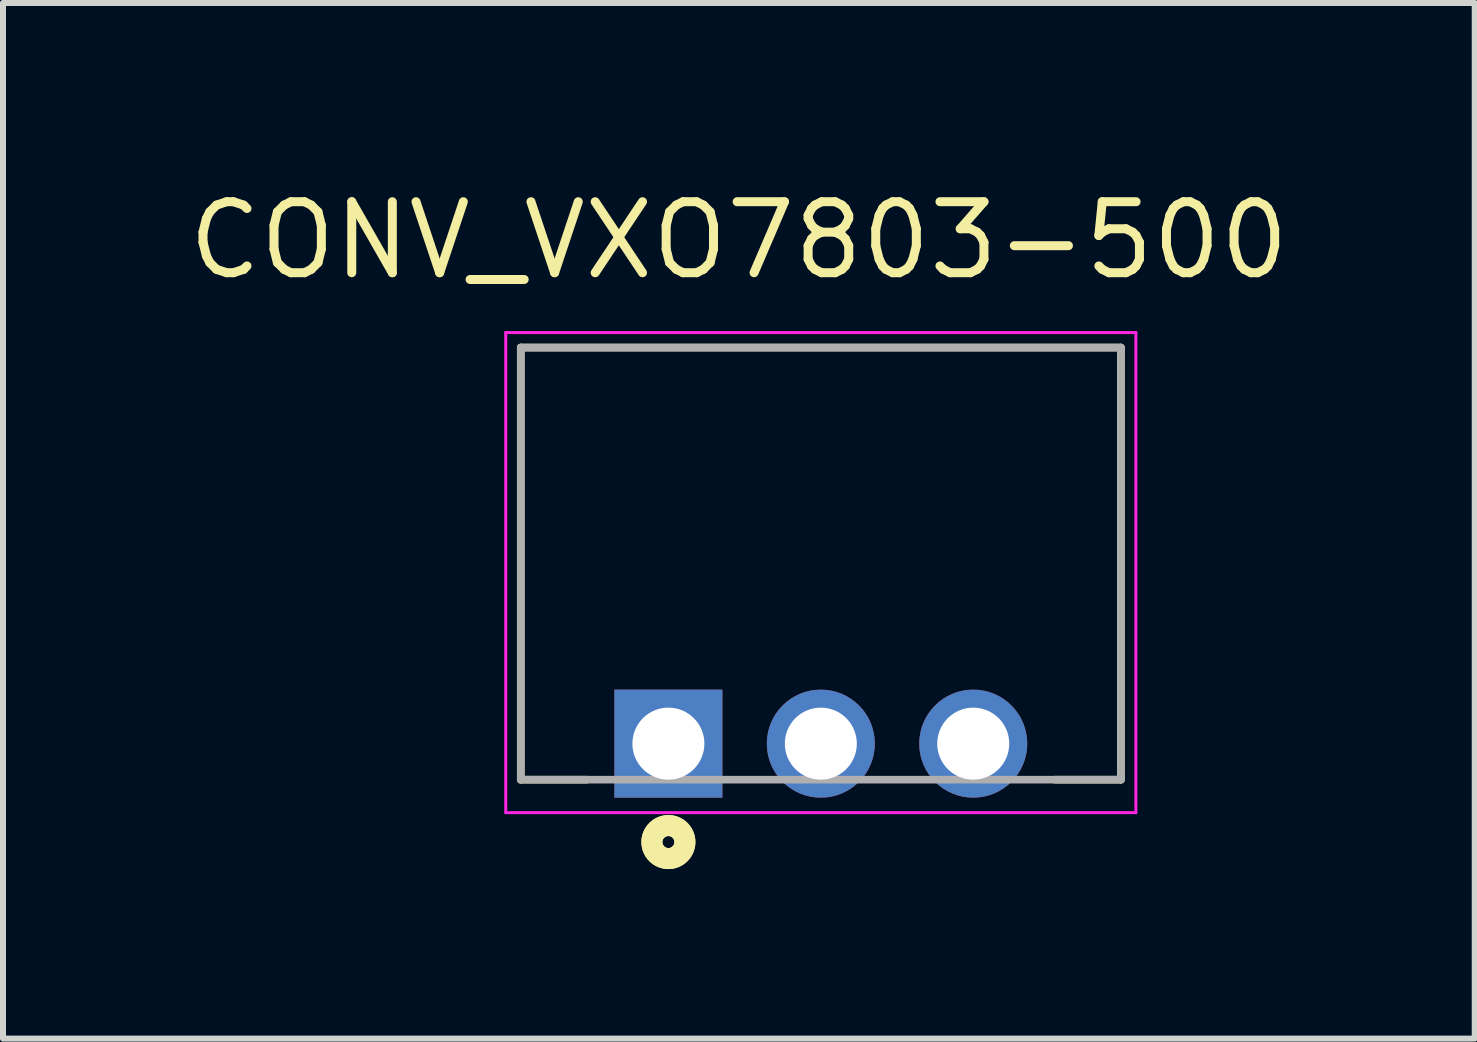
<source format=kicad_pcb>
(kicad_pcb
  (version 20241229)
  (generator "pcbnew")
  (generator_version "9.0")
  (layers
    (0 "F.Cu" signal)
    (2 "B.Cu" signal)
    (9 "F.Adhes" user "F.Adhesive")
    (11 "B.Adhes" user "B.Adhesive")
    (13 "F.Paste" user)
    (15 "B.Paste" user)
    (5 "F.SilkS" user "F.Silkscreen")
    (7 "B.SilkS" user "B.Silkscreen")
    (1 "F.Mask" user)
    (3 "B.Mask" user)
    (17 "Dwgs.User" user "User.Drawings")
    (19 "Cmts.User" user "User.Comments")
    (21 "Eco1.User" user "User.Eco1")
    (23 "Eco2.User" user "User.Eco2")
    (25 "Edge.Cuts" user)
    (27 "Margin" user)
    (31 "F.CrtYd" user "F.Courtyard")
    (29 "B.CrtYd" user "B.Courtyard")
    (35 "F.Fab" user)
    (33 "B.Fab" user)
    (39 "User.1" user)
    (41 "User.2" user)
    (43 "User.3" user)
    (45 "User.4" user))
  (footprint "CONV_VXO7803-500"
    (layer "F.Cu")
    (at 8.088 9.342)
    (property "Reference" "CONV_VXO7803-500" (at 1.174 -8.387 0) (layer "F.SilkS") (effects (font (size 1.183 1.183) (thickness 0.15))))
    (attr through_hole)
    (fp_line (start -2.46 -6.6) (end 7.54 -6.6) (stroke (width 0.127) (type solid)) (layer "F.SilkS"))
    (fp_line (start -2.46 0.6) (end -2.46 -6.6) (stroke (width 0.127) (type solid)) (layer "F.SilkS"))
    (fp_line (start -2.46 0.6) (end -1.36 0.6) (stroke (width 0.127) (type solid)) (layer "F.SilkS"))
    (fp_line (start 7.54 -6.6) (end 7.54 0.6) (stroke (width 0.127) (type solid)) (layer "F.SilkS"))
    (fp_line (start 7.54 0.6) (end 6.44 0.6) (stroke (width 0.127) (type solid)) (layer "F.SilkS"))
    (fp_circle (center 0 1.64) (end 0.1 1.64) (stroke (width 0.35) (type solid)) (fill no) (layer "F.SilkS"))
    (fp_circle (center 0 1.64) (end 0.1 1.64) (stroke (width 0.35) (type solid)) (fill no) (layer "F.SilkS"))
    (fp_line (start -2.71 -6.85) (end 7.79 -6.85) (stroke (width 0.05) (type solid)) (layer "F.CrtYd"))
    (fp_line (start -2.71 1.15) (end -2.71 -6.85) (stroke (width 0.05) (type solid)) (layer "F.CrtYd"))
    (fp_line (start 7.79 -6.85) (end 7.79 1.15) (stroke (width 0.05) (type solid)) (layer "F.CrtYd"))
    (fp_line (start 7.79 1.15) (end -2.71 1.15) (stroke (width 0.05) (type solid)) (layer "F.CrtYd"))
    (fp_line (start -2.46 -6.6) (end 7.54 -6.6) (stroke (width 0.127) (type solid)) (layer "F.Fab"))
    (fp_line (start -2.46 0.6) (end -2.46 -6.6) (stroke (width 0.127) (type solid)) (layer "F.Fab"))
    (fp_line (start 7.54 -6.6) (end 7.54 0.6) (stroke (width 0.127) (type solid)) (layer "F.Fab"))
    (fp_line (start 7.54 0.6) (end -2.46 0.6) (stroke (width 0.127) (type solid)) (layer "F.Fab"))
    (fp_circle (center 0 -0.011) (end 0.1 -0.011) (stroke (width 0.35) (type solid)) (fill no) (layer "F.Fab"))
    (pad "1" thru_hole rect (at 0 0) (size 1.8 1.8) (drill 1.2) (layers "*.Cu" "*.Mask"))
    (pad "2" thru_hole circle (at 2.54 0) (size 1.8 1.8) (drill 1.2) (layers "*.Cu" "*.Mask"))
    (pad "3" thru_hole circle (at 5.08 0) (size 1.8 1.8) (drill 1.2) (layers "*.Cu" "*.Mask")))
  (gr_rect
    (start -3 -3)
    (end 21.525 14.257)
    (stroke (width 0.1) (type default))
    (fill no)
    (layer "Edge.Cuts")))
</source>
